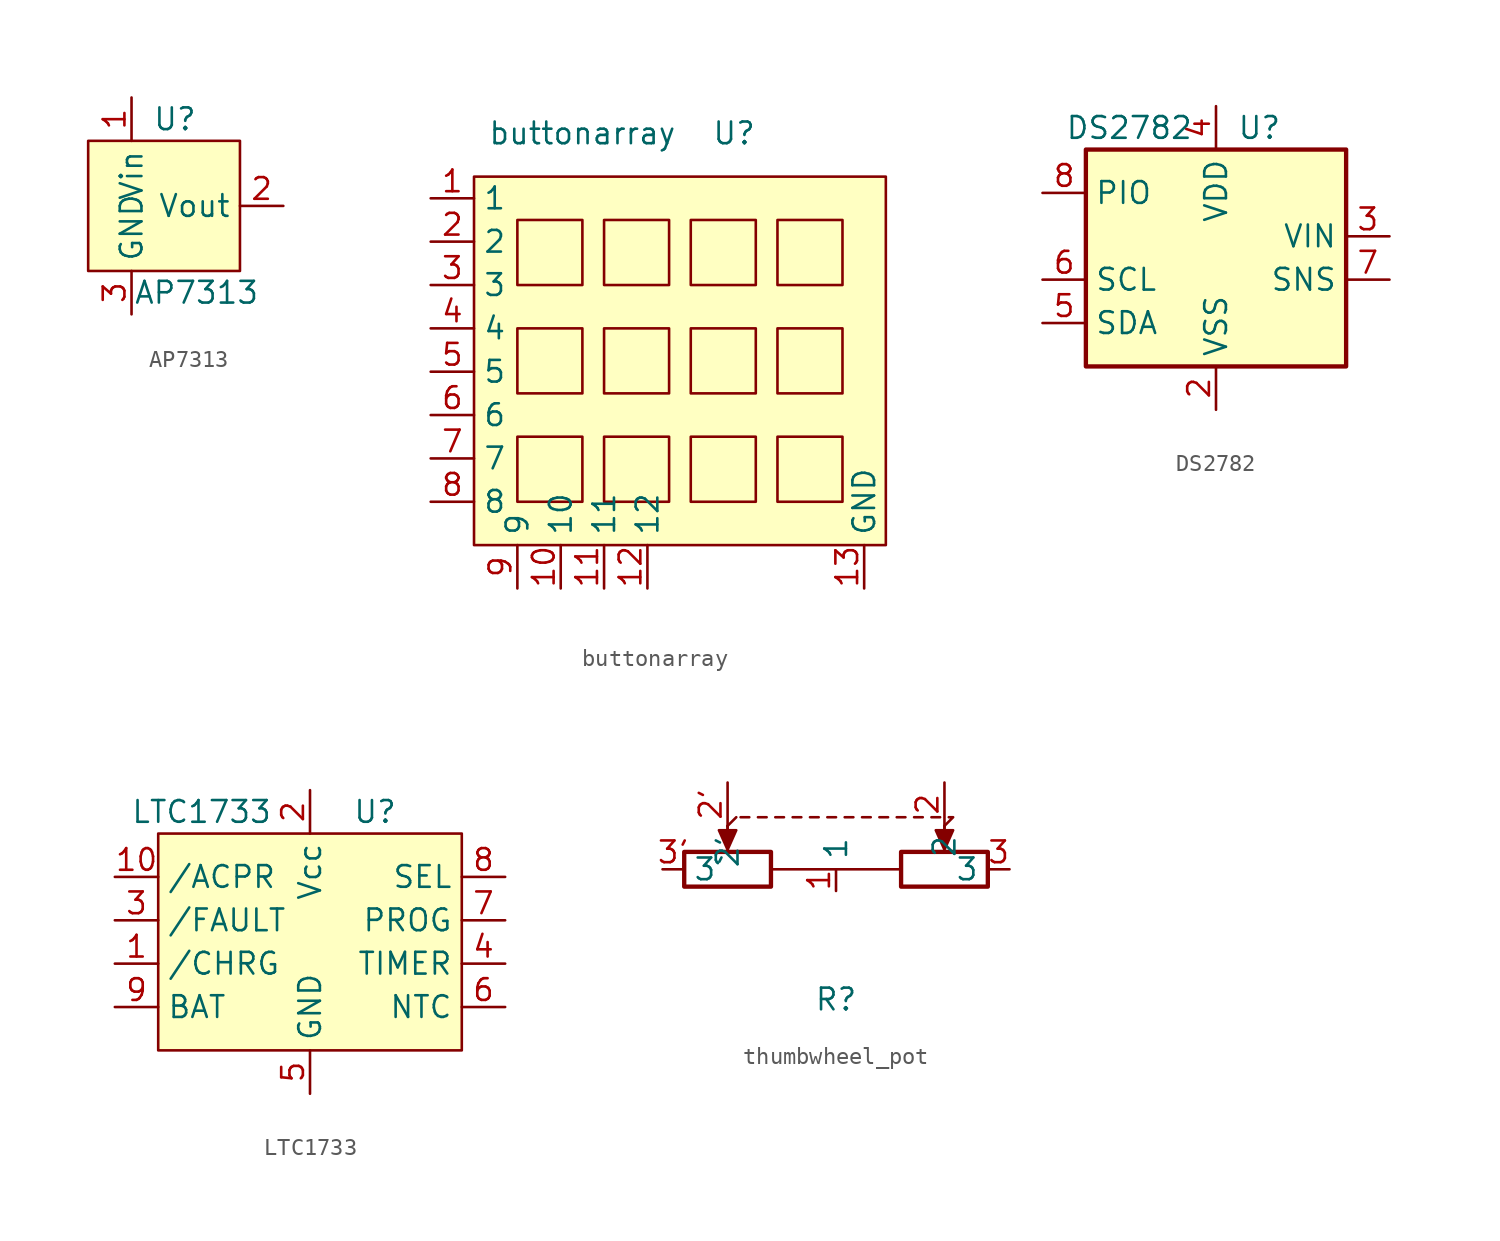
<source format=kicad_sym>
(kicad_symbol_lib
  (version 20220914)
  (generator kicad_symbol_editor)
  (symbol "AP7313"
    (property "Reference" "U"
      (at 5.08 8.89 0)
      (effects (font (size 1.27 1.27))))
    (property "Value" "AP7313"
      (at 6.35 -1.27 0)
      (effects (font (size 1.27 1.27))))
    (symbol "AP7313_1_1"
      (rectangle (start 0 7.62) (end 8.89 0) (stroke (width 0) (type default)) (fill (type background)))
      (pin power_in line (at 2.54 10.16 270) (length 2.54) (name "Vin" (effects (font (size 1.27 1.27)))) (number "1" (effects (font (size 1.27 1.27)))))
      (pin power_out line (at 11.43 3.81 180) (length 2.54) (name "Vout" (effects (font (size 1.27 1.27)))) (number "2" (effects (font (size 1.27 1.27)))))
      (pin power_in line (at 2.54 -2.54 90) (length 2.54) (name "GND" (effects (font (size 1.27 1.27)))) (number "3" (effects (font (size 1.27 1.27)))))))
  (symbol "buttonarray"
    (property "Reference" "U"
      (at 15.24 24.13 0)
      (effects (font (size 1.27 1.27))))
    (property "Value" "buttonarray"
      (at 6.35 24.13 0)
      (effects (font (size 1.27 1.27))))
    (symbol "buttonarray_0_1"
      (rectangle (start 2.54 6.35) (end 6.35 2.54) (stroke (width 0) (type default)) (fill (type none)))
      (rectangle (start 2.54 12.7) (end 6.35 8.89) (stroke (width 0) (type default)) (fill (type none)))
      (rectangle (start 2.54 19.05) (end 6.35 15.24) (stroke (width 0) (type default)) (fill (type none)))
      (rectangle (start 7.62 6.35) (end 11.43 2.54) (stroke (width 0) (type default)) (fill (type none)))
      (rectangle (start 7.62 12.7) (end 11.43 8.89) (stroke (width 0) (type default)) (fill (type none)))
      (rectangle (start 7.62 19.05) (end 11.43 15.24) (stroke (width 0) (type default)) (fill (type none)))
      (rectangle (start 12.7 6.35) (end 16.51 2.54) (stroke (width 0) (type default)) (fill (type none)))
      (rectangle (start 12.7 12.7) (end 16.51 8.89) (stroke (width 0) (type default)) (fill (type none)))
      (rectangle (start 12.7 19.05) (end 16.51 15.24) (stroke (width 0) (type default)) (fill (type none)))
      (rectangle (start 17.78 6.35) (end 21.59 2.54) (stroke (width 0) (type default)) (fill (type none)))
      (rectangle (start 17.78 12.7) (end 21.59 8.89) (stroke (width 0) (type default)) (fill (type none)))
      (rectangle (start 17.78 19.05) (end 21.59 15.24) (stroke (width 0) (type default)) (fill (type none))))
    (symbol "buttonarray_1_1"
      (rectangle (start 0 21.59) (end 24.13 0) (stroke (width 0) (type default)) (fill (type background)))
      (pin output line (at -2.54 20.32 0) (length 2.54) (name "1" (effects (font (size 1.27 1.27)))) (number "1" (effects (font (size 1.27 1.27)))))
      (pin output line (at 5.08 -2.54 90) (length 2.54) (name "10" (effects (font (size 1.27 1.27)))) (number "10" (effects (font (size 1.27 1.27)))))
      (pin output line (at 7.62 -2.54 90) (length 2.54) (name "11" (effects (font (size 1.27 1.27)))) (number "11" (effects (font (size 1.27 1.27)))))
      (pin output line (at 10.16 -2.54 90) (length 2.54) (name "12" (effects (font (size 1.27 1.27)))) (number "12" (effects (font (size 1.27 1.27)))))
      (pin power_in line (at 22.86 -2.54 90) (length 2.54) (name "GND" (effects (font (size 1.27 1.27)))) (number "13" (effects (font (size 1.27 1.27)))))
      (pin output line (at -2.54 17.78 0) (length 2.54) (name "2" (effects (font (size 1.27 1.27)))) (number "2" (effects (font (size 1.27 1.27)))))
      (pin output line (at -2.54 15.24 0) (length 2.54) (name "3" (effects (font (size 1.27 1.27)))) (number "3" (effects (font (size 1.27 1.27)))))
      (pin output line (at -2.54 12.7 0) (length 2.54) (name "4" (effects (font (size 1.27 1.27)))) (number "4" (effects (font (size 1.27 1.27)))))
      (pin output line (at -2.54 10.16 0) (length 2.54) (name "5" (effects (font (size 1.27 1.27)))) (number "5" (effects (font (size 1.27 1.27)))))
      (pin output line (at -2.54 7.62 0) (length 2.54) (name "6" (effects (font (size 1.27 1.27)))) (number "6" (effects (font (size 1.27 1.27)))))
      (pin output line (at -2.54 5.08 0) (length 2.54) (name "7" (effects (font (size 1.27 1.27)))) (number "7" (effects (font (size 1.27 1.27)))))
      (pin output line (at -2.54 2.54 0) (length 2.54) (name "8" (effects (font (size 1.27 1.27)))) (number "8" (effects (font (size 1.27 1.27)))))
      (pin output line (at 2.54 -2.54 90) (length 2.54) (name "9" (effects (font (size 1.27 1.27)))) (number "9" (effects (font (size 1.27 1.27)))))))
  (symbol "DS2782"
    (property "Reference" "U"
      (at -3.81 -1.27 0)
      (effects (font (size 1.27 1.27))))
    (property "Value" "DS2782"
      (at -11.43 -1.27 0)
      (effects (font (size 1.27 1.27))))
    (symbol "DS2782_0_1"
      (rectangle (start -13.97 -2.54) (end 1.27 -15.24) (stroke (width 0.254) (type default)) (fill (type background))))
    (symbol "DS2782_1_1"
      (pin power_in line (at -6.35 -17.78 90) (length 2.54) (name "VSS" (effects (font (size 1.27 1.27)))) (number "2" (effects (font (size 1.27 1.27)))))
      (pin input line (at 3.81 -7.62 180) (length 2.54) (name "VIN" (effects (font (size 1.27 1.27)))) (number "3" (effects (font (size 1.27 1.27)))))
      (pin power_in line (at -6.35 0 270) (length 2.54) (name "VDD" (effects (font (size 1.27 1.27)))) (number "4" (effects (font (size 1.27 1.27)))))
      (pin bidirectional line (at -16.51 -12.7 0) (length 2.54) (name "SDA" (effects (font (size 1.27 1.27)))) (number "5" (effects (font (size 1.27 1.27)))))
      (pin input line (at -16.51 -10.16 0) (length 2.54) (name "SCL" (effects (font (size 1.27 1.27)))) (number "6" (effects (font (size 1.27 1.27)))))
      (pin input line (at 3.81 -10.16 180) (length 2.54) (name "SNS" (effects (font (size 1.27 1.27)))) (number "7" (effects (font (size 1.27 1.27)))))
      (pin open_collector line (at -16.51 -5.08 0) (length 2.54) (name "PIO" (effects (font (size 1.27 1.27)))) (number "8" (effects (font (size 1.27 1.27)))))))
  (symbol "LTC1733"
    (property "Reference" "U"
      (at 12.7 -1.27 0)
      (effects (font (size 1.27 1.27))))
    (property "Value" "LTC1733"
      (at 2.54 -1.27 0)
      (effects (font (size 1.27 1.27))))
    (symbol "LTC1733_1_1"
      (rectangle (start 0 -2.54) (end 17.78 -15.24) (stroke (width 0) (type default)) (fill (type background)))
      (pin output line (at -2.54 -10.16 0) (length 2.54) (name "/CHRG" (effects (font (size 1.27 1.27)))) (number "1" (effects (font (size 1.27 1.27)))))
      (pin output line (at -2.54 -5.08 0) (length 2.54) (name "/ACPR" (effects (font (size 1.27 1.27)))) (number "10" (effects (font (size 1.27 1.27)))))
      (pin power_in line (at 8.89 0 270) (length 2.54) (name "Vcc" (effects (font (size 1.27 1.27)))) (number "2" (effects (font (size 1.27 1.27)))))
      (pin output line (at -2.54 -7.62 0) (length 2.54) (name "/FAULT" (effects (font (size 1.27 1.27)))) (number "3" (effects (font (size 1.27 1.27)))))
      (pin input line (at 20.32 -10.16 180) (length 2.54) (name "TIMER" (effects (font (size 1.27 1.27)))) (number "4" (effects (font (size 1.27 1.27)))))
      (pin power_in line (at 8.89 -17.78 90) (length 2.54) (name "GND" (effects (font (size 1.27 1.27)))) (number "5" (effects (font (size 1.27 1.27)))))
      (pin input line (at 20.32 -12.7 180) (length 2.54) (name "NTC" (effects (font (size 1.27 1.27)))) (number "6" (effects (font (size 1.27 1.27)))))
      (pin input line (at 20.32 -7.62 180) (length 2.54) (name "PROG" (effects (font (size 1.27 1.27)))) (number "7" (effects (font (size 1.27 1.27)))))
      (pin input line (at 20.32 -5.08 180) (length 2.54) (name "SEL" (effects (font (size 1.27 1.27)))) (number "8" (effects (font (size 1.27 1.27)))))
      (pin power_out line (at -2.54 -12.7 0) (length 2.54) (name "BAT" (effects (font (size 1.27 1.27)))) (number "9" (effects (font (size 1.27 1.27)))))))
  (symbol "thumbwheel_pot"
    (property "Reference" "R"
      (at 0 -2.54 0)
      (effects (font (size 1.27 1.27))))
    (property "Value" ""
      (at 0 0 0)
      (effects (font (size 1.27 1.27))))
    (symbol "thumbwheel_pot_0_1"
      (rectangle (start -8.89 6.096) (end -3.81 4.064) (stroke (width 0.254) (type default)) (fill (type none)))
      (polyline (pts (xy -6.35 7.62) (xy -6.35 6.604)) (stroke (width 0) (type default)) (fill (type none)))
      (polyline (pts (xy -6.35 7.62) (xy -6.35 6.604)) (stroke (width 0) (type default)) (fill (type none)))
      (polyline (pts (xy -6.35 7.62) (xy -5.842 8.128)) (stroke (width 0) (type default)) (fill (type none)))
      (polyline (pts (xy -5.588 8.128) (xy -5.08 8.128)) (stroke (width 0) (type default)) (fill (type none)))
      (polyline (pts (xy -4.572 8.128) (xy -4.064 8.128)) (stroke (width 0) (type default)) (fill (type none)))
      (polyline (pts (xy -3.81 5.08) (xy 3.81 5.08)) (stroke (width 0) (type default)) (fill (type none)))
      (polyline (pts (xy -3.556 8.128) (xy -3.048 8.128)) (stroke (width 0) (type default)) (fill (type none)))
      (polyline (pts (xy -2.54 8.128) (xy -2.032 8.128)) (stroke (width 0) (type default)) (fill (type none)))
      (polyline (pts (xy -1.524 8.128) (xy -1.016 8.128)) (stroke (width 0) (type default)) (fill (type none)))
      (polyline (pts (xy -0.508 8.128) (xy 0 8.128)) (stroke (width 0) (type default)) (fill (type none)))
      (polyline (pts (xy 0.508 8.128) (xy 1.016 8.128)) (stroke (width 0) (type default)) (fill (type none)))
      (polyline (pts (xy 1.524 8.128) (xy 2.032 8.128)) (stroke (width 0) (type default)) (fill (type none)))
      (polyline (pts (xy 2.54 8.128) (xy 3.048 8.128)) (stroke (width 0) (type default)) (fill (type none)))
      (polyline (pts (xy 3.556 8.128) (xy 4.064 8.128)) (stroke (width 0) (type default)) (fill (type none)))
      (polyline (pts (xy 4.572 8.128) (xy 5.08 8.128)) (stroke (width 0) (type default)) (fill (type none)))
      (polyline (pts (xy 5.588 8.128) (xy 6.096 8.128)) (stroke (width 0) (type default)) (fill (type none)))
      (polyline (pts (xy 6.35 7.62) (xy 6.35 6.604)) (stroke (width 0) (type default)) (fill (type none)))
      (polyline (pts (xy 6.35 7.62) (xy 6.35 6.604)) (stroke (width 0) (type default)) (fill (type none)))
      (polyline (pts (xy 6.604 8.128) (xy 6.858 8.128) (xy 6.35 7.62)) (stroke (width 0) (type default)) (fill (type none)))
      (polyline (pts (xy -6.35 6.223) (xy -6.858 7.366) (xy -5.842 7.366) (xy -6.35 6.223)) (stroke (width 0) (type default)) (fill (type outline)))
      (polyline (pts (xy 6.35 6.223) (xy 5.842 7.366) (xy 6.858 7.366) (xy 6.35 6.223)) (stroke (width 0) (type default)) (fill (type outline)))
      (rectangle (start 3.81 6.096) (end 8.89 4.064) (stroke (width 0.254) (type default)) (fill (type none))))
    (symbol "thumbwheel_pot_1_1"
      (pin passive line (at 0 3.81 90) (length 1.27) (name "1" (effects (font (size 1.27 1.27)))) (number "1" (effects (font (size 1.27 1.27)))))
      (pin passive line (at 6.35 10.16 270) (length 2.54) (name "2" (effects (font (size 1.27 1.27)))) (number "2" (effects (font (size 1.27 1.27)))))
      (pin passive line (at -6.35 10.16 270) (length 2.54) (name "2'" (effects (font (size 1.27 1.27)))) (number "2'" (effects (font (size 1.27 1.27)))))
      (pin passive line (at 10.16 5.08 180) (length 1.27) (name "3" (effects (font (size 1.27 1.27)))) (number "3" (effects (font (size 1.27 1.27)))))
      (pin passive line (at -10.16 5.08 0) (length 1.27) (name "3'" (effects (font (size 1.27 1.27)))) (number "3'" (effects (font (size 1.27 1.27))))))))
</source>
